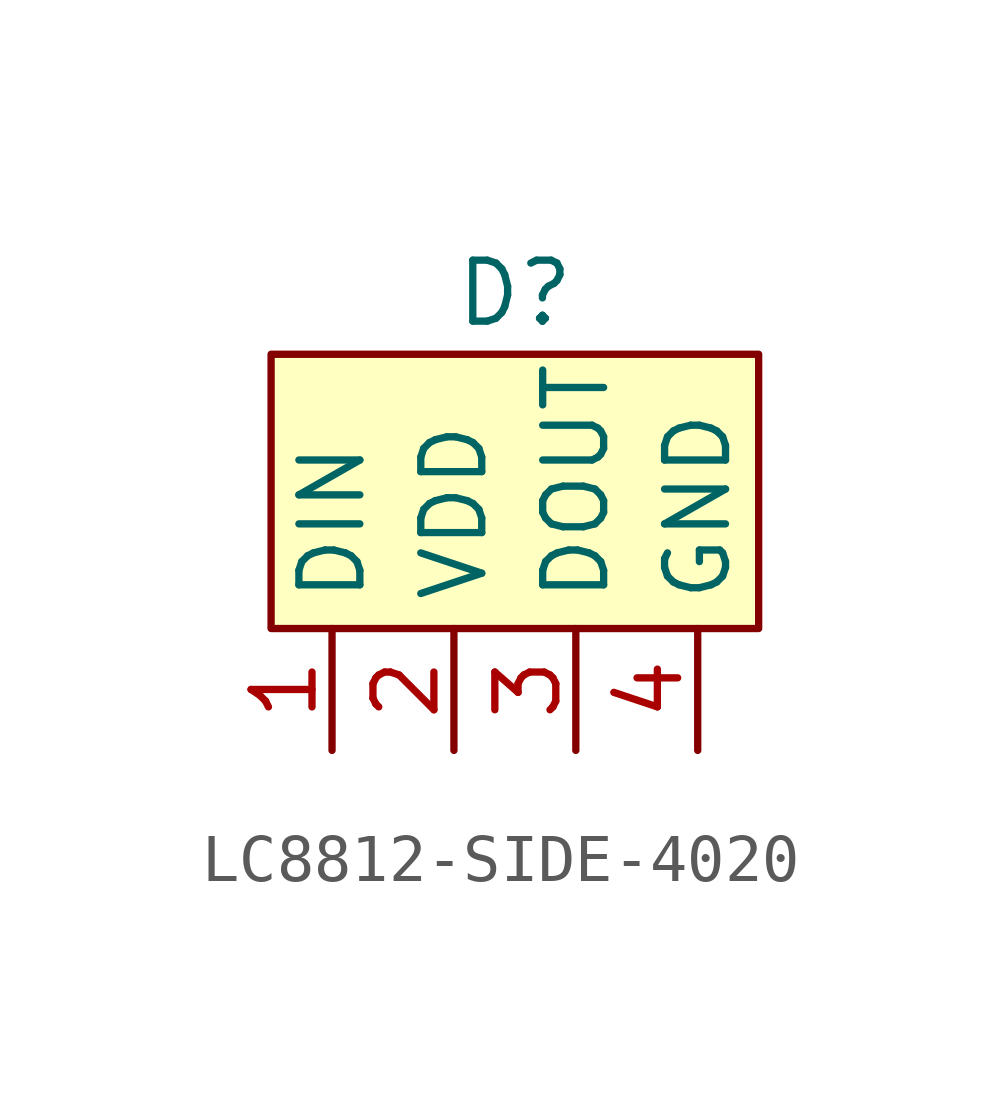
<source format=kicad_sym>
(kicad_symbol_lib
  (version 20241209)
  (generator "kicad_symbol_editor")
  (generator_version "9.0")
  (symbol "LC8812-SIDE-4020"
    (property "Reference" "D"
      (at 0 6.985 0)
      (effects (font (size 1.27 1.27))))
    (property "Value" ""
      (at -0.635 0 0)
      (effects (font (size 1.27 1.27))))
    (symbol "LC8812-SIDE-4020_1_1"
      (rectangle (start -5.08 5.715) (end 5.08 0) (stroke (width 0) (type default)) (fill (type background)))
      (pin bidirectional line (at -3.81 -2.54 90) (length 2.54) (name "DIN" (effects (font (size 1.27 1.27)))) (number "1" (effects (font (size 1.27 1.27)))))
      (pin bidirectional line (at -1.27 -2.54 90) (length 2.54) (name "VDD" (effects (font (size 1.27 1.27)))) (number "2" (effects (font (size 1.27 1.27)))))
      (pin bidirectional line (at 1.27 -2.54 90) (length 2.54) (name "DOUT" (effects (font (size 1.27 1.27)))) (number "3" (effects (font (size 1.27 1.27)))))
      (pin bidirectional line (at 3.81 -2.54 90) (length 2.54) (name "GND" (effects (font (size 1.27 1.27)))) (number "4" (effects (font (size 1.27 1.27))))))))
</source>
